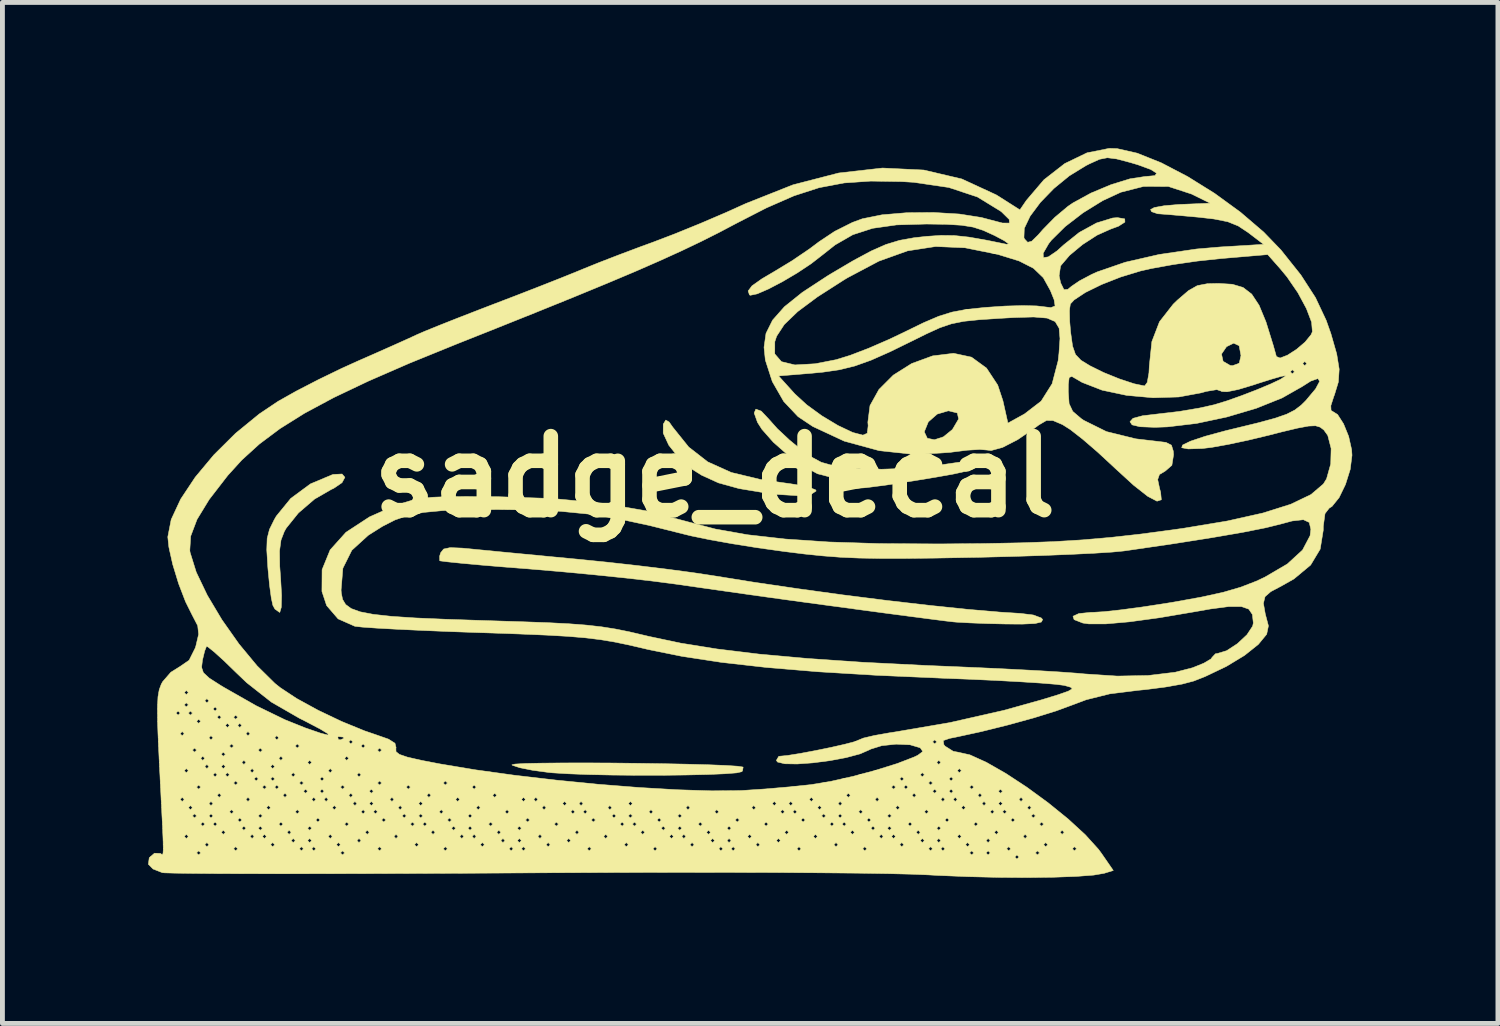
<source format=kicad_pcb>
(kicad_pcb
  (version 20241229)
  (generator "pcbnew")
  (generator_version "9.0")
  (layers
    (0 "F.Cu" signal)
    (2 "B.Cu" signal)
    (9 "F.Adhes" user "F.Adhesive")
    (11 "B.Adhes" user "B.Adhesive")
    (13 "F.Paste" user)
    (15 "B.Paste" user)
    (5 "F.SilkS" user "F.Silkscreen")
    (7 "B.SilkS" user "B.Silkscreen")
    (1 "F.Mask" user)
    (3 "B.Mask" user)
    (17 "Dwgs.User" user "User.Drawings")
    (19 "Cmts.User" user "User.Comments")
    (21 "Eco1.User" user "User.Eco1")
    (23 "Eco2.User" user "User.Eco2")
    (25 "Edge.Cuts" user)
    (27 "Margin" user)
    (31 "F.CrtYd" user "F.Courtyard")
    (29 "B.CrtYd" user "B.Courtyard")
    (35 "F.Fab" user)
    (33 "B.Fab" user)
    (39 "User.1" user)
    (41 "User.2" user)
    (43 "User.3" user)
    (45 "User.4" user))
  (footprint "sadge_decal"
    (layer "F.Cu")
    (at 11.666 6.765)
    (property "Reference" "sadge_decal" (at 0 0 0) (layer "F.SilkS") (effects (font (size 1.524 1.524) (thickness 0.3))))
    (attr through_hole)
    (fp_poly (pts (xy -0.938 -1.125) (xy -0.861 -1.016) (xy -0.534 -0.609) (xy -0.142 -0.304) (xy 0.343 -0.086) (xy 0.948 0.059) (xy 1.272 0.105) (xy 1.653 0.16) (xy 1.929 0.216) (xy 2.074 0.269) (xy 2.09 0.294) (xy 1.978 0.368) (xy 1.71 0.391) (xy 1.293 0.366) (xy 1.049 0.336) (xy 0.502 0.245) (xy 0.078 0.128) (xy -0.269 -0.03) (xy -0.462 -0.151) (xy -0.738 -0.387) (xy -0.945 -0.648) (xy -1.06 -0.896) (xy -1.059 -1.081) (xy -1.007 -1.166) (xy -0.938 -1.125)) (stroke (width 0.01) (type solid)) (fill yes) (layer "F.SilkS"))
    (fp_poly (pts (xy -2.151 5.896) (xy -1.607 5.902) (xy -1.071 5.91) (xy -0.57 5.92) (xy -0.129 5.932) (xy 0.228 5.946) (xy 0.473 5.962) (xy 0.583 5.979) (xy 0.586 5.981) (xy 0.573 6.057) (xy 0.558 6.075) (xy 0.452 6.099) (xy 0.205 6.118) (xy -0.153 6.133) (xy -0.593 6.143) (xy -1.087 6.149) (xy -1.605 6.149) (xy -2.118 6.144) (xy -2.599 6.134) (xy -3.017 6.118) (xy -3.344 6.098) (xy -3.422 6.09) (xy -3.748 6.046) (xy -4.01 5.994) (xy -4.161 5.944) (xy -4.176 5.934) (xy -4.113 5.918) (xy -3.906 5.906) (xy -3.582 5.899) (xy -3.164 5.895) (xy -2.678 5.894) (xy -2.151 5.896)) (stroke (width 0.01) (type solid)) (fill yes) (layer "F.SilkS"))
    (fp_poly (pts (xy -7.614 0.013) (xy -7.674 0.124) (xy -7.846 0.241) (xy -7.891 0.261) (xy -8.238 0.461) (xy -8.571 0.747) (xy -8.822 1.059) (xy -8.862 1.129) (xy -8.93 1.306) (xy -8.96 1.528) (xy -8.956 1.842) (xy -8.938 2.09) (xy -8.918 2.446) (xy -8.924 2.689) (xy -8.954 2.792) (xy -8.961 2.794) (xy -9.055 2.726) (xy -9.097 2.65) (xy -9.13 2.499) (xy -9.166 2.232) (xy -9.198 1.903) (xy -9.202 1.852) (xy -9.223 1.508) (xy -9.215 1.272) (xy -9.167 1.085) (xy -9.07 0.888) (xy -9.027 0.813) (xy -8.729 0.448) (xy -8.324 0.149) (xy -7.875 -0.04) (xy -7.853 -0.046) (xy -7.673 -0.055) (xy -7.614 0.013)) (stroke (width 0.01) (type solid)) (fill yes) (layer "F.SilkS"))
    (fp_poly (pts (xy 0.96 -1.349) (xy 1.116 -1.183) (xy 1.288 -0.99) (xy 1.538 -0.756) (xy 1.752 -0.58) (xy 1.992 -0.405) (xy 2.195 -0.296) (xy 2.42 -0.233) (xy 2.731 -0.192) (xy 2.883 -0.179) (xy 3.433 -0.153) (xy 4.004 -0.173) (xy 4.651 -0.242) (xy 5.016 -0.295) (xy 5.281 -0.32) (xy 5.41 -0.293) (xy 5.419 -0.273) (xy 5.4 -0.214) (xy 5.327 -0.162) (xy 5.177 -0.112) (xy 4.927 -0.056) (xy 4.553 0.011) (xy 4.097 0.086) (xy 3.538 0.172) (xy 3.125 0.226) (xy 2.839 0.247) (xy 2.659 0.238) (xy 2.566 0.197) (xy 2.54 0.127) (xy 2.468 0.024) (xy 2.348 0) (xy 2.117 -0.06) (xy 1.822 -0.22) (xy 1.505 -0.447) (xy 1.207 -0.71) (xy 0.973 -0.975) (xy 0.882 -1.117) (xy 0.813 -1.311) (xy 0.848 -1.391) (xy 0.96 -1.349)) (stroke (width 0.01) (type solid)) (fill yes) (layer "F.SilkS"))
    (fp_poly (pts (xy -5.2 1.471) (xy -5.102 1.48) (xy -4.868 1.503) (xy -4.5 1.539) (xy -4.031 1.584) (xy -3.498 1.635) (xy -2.934 1.689) (xy -2.836 1.698) (xy -2.222 1.76) (xy -1.587 1.831) (xy -0.98 1.905) (xy -0.447 1.976) (xy -0.042 2.037) (xy 0.81 2.174) (xy 1.714 2.307) (xy 2.637 2.434) (xy 3.546 2.549) (xy 4.411 2.649) (xy 5.198 2.731) (xy 5.875 2.789) (xy 6.301 2.816) (xy 6.564 2.849) (xy 6.726 2.91) (xy 6.753 2.942) (xy 6.727 2.993) (xy 6.595 3.024) (xy 6.334 3.036) (xy 5.997 3.034) (xy 5.609 3.025) (xy 5.251 3.011) (xy 4.981 2.996) (xy 4.911 2.99) (xy 4.734 2.969) (xy 4.422 2.929) (xy 4.007 2.875) (xy 3.521 2.811) (xy 3.006 2.742) (xy 2.406 2.661) (xy 1.916 2.595) (xy 1.493 2.537) (xy 1.095 2.482) (xy 0.682 2.424) (xy 0.211 2.357) (xy -0.358 2.276) (xy -0.804 2.212) (xy -1.272 2.151) (xy -1.859 2.084) (xy -2.512 2.017) (xy -3.182 1.954) (xy -3.81 1.901) (xy -4.346 1.859) (xy -4.823 1.819) (xy -5.215 1.783) (xy -5.498 1.754) (xy -5.646 1.735) (xy -5.662 1.731) (xy -5.664 1.638) (xy -5.642 1.566) (xy -5.581 1.49) (xy -5.447 1.461) (xy -5.2 1.471)) (stroke (width 0.01) (type solid)) (fill yes) (layer "F.SilkS"))
    (fp_poly (pts (xy 8.286 -6.755) (xy 8.701 -6.661) (xy 9.197 -6.462) (xy 9.739 -6.179) (xy 10.293 -5.834) (xy 10.826 -5.446) (xy 11.304 -5.037) (xy 11.659 -4.669) (xy 12.07 -4.153) (xy 12.371 -3.687) (xy 12.591 -3.22) (xy 12.688 -2.946) (xy 12.808 -2.528) (xy 12.859 -2.213) (xy 12.842 -1.949) (xy 12.762 -1.686) (xy 12.747 -1.648) (xy 12.687 -1.461) (xy 12.692 -1.36) (xy 12.706 -1.355) (xy 12.826 -1.28) (xy 12.949 -1.088) (xy 13.054 -0.83) (xy 13.115 -0.557) (xy 13.123 -0.441) (xy 13.086 -0.149) (xy 12.989 0.16) (xy 12.857 0.432) (xy 12.711 0.613) (xy 12.654 0.648) (xy 12.567 0.761) (xy 12.532 1.021) (xy 12.531 1.103) (xy 12.468 1.492) (xy 12.271 1.82) (xy 11.927 2.106) (xy 11.672 2.25) (xy 11.451 2.367) (xy 11.332 2.471) (xy 11.299 2.608) (xy 11.337 2.826) (xy 11.402 3.072) (xy 11.366 3.245) (xy 11.194 3.454) (xy 10.909 3.681) (xy 10.536 3.907) (xy 10.098 4.116) (xy 9.864 4.208) (xy 9.625 4.271) (xy 9.279 4.332) (xy 8.883 4.383) (xy 8.721 4.399) (xy 8.136 4.472) (xy 7.651 4.593) (xy 7.366 4.7) (xy 7.029 4.824) (xy 6.572 4.966) (xy 6.042 5.112) (xy 5.487 5.25) (xy 4.953 5.366) (xy 4.84 5.388) (xy 4.706 5.434) (xy 4.718 5.516) (xy 4.744 5.549) (xy 4.912 5.655) (xy 5.009 5.673) (xy 5.255 5.728) (xy 5.593 5.881) (xy 5.994 6.11) (xy 6.427 6.394) (xy 6.865 6.714) (xy 7.276 7.047) (xy 7.631 7.373) (xy 7.902 7.672) (xy 7.966 7.759) (xy 8.208 8.109) (xy 8.02 8.167) (xy 7.805 8.204) (xy 7.449 8.231) (xy 6.984 8.248) (xy 6.437 8.255) (xy 5.837 8.251) (xy 5.215 8.236) (xy 4.6 8.211) (xy 4.403 8.2) (xy 4.066 8.186) (xy 3.573 8.174) (xy 2.937 8.164) (xy 2.171 8.157) (xy 1.287 8.151) (xy 0.298 8.149) (xy -0.781 8.148) (xy -1.939 8.15) (xy -3.163 8.155) (xy -4.064 8.16) (xy -5.149 8.166) (xy -6.188 8.17) (xy -7.17 8.173) (xy -8.08 8.175) (xy -8.906 8.176) (xy -9.636 8.175) (xy -10.255 8.173) (xy -10.752 8.169) (xy -11.112 8.164) (xy -11.324 8.158) (xy -11.373 8.154) (xy -11.564 8.079) (xy -11.661 7.981) (xy -11.643 7.847) (xy -11.626 7.832) (xy 6.181 7.832) (xy 6.223 7.874) (xy 6.265 7.832) (xy 6.223 7.789) (xy 6.181 7.832) (xy -11.626 7.832) (xy -11.535 7.753) (xy -11.413 7.758) (xy -11.388 7.775) (xy -11.37 7.78) (xy -11.358 7.751) (xy -11.358 7.747) (xy -10.668 7.747) (xy -10.626 7.789) (xy -10.583 7.747) (xy -7.705 7.747) (xy -7.662 7.789) (xy -7.62 7.747) (xy 5.249 7.747) (xy 5.292 7.789) (xy 5.334 7.747) (xy 5.588 7.747) (xy 5.63 7.789) (xy 5.673 7.747) (xy 6.604 7.747) (xy 6.646 7.789) (xy 6.689 7.747) (xy 6.646 7.705) (xy 6.604 7.747) (xy 5.673 7.747) (xy 5.63 7.705) (xy 5.588 7.747) (xy 5.334 7.747) (xy 5.292 7.705) (xy 5.249 7.747) (xy -7.62 7.747) (xy -7.662 7.705) (xy -7.705 7.747) (xy -10.583 7.747) (xy -10.626 7.705) (xy -10.668 7.747) (xy -11.358 7.747) (xy -11.354 7.667) (xy -11.354 7.662) (xy -9.906 7.662) (xy -9.864 7.705) (xy -9.821 7.662) (xy -8.551 7.662) (xy -8.509 7.705) (xy -8.467 7.662) (xy -8.297 7.662) (xy -8.255 7.705) (xy -8.213 7.662) (xy -6.943 7.662) (xy -6.9 7.705) (xy -6.858 7.662) (xy -5.588 7.662) (xy -5.546 7.705) (xy -5.503 7.662) (xy -4.233 7.662) (xy -4.191 7.705) (xy -4.149 7.662) (xy -3.979 7.662) (xy -3.937 7.705) (xy -3.895 7.662) (xy -2.625 7.662) (xy -2.582 7.705) (xy -2.54 7.662) (xy -1.27 7.662) (xy -1.228 7.705) (xy -1.185 7.662) (xy 0.085 7.662) (xy 0.127 7.705) (xy 0.169 7.662) (xy 0.339 7.662) (xy 0.381 7.705) (xy 0.423 7.662) (xy 1.693 7.662) (xy 1.736 7.705) (xy 1.778 7.662) (xy 3.048 7.662) (xy 3.09 7.705) (xy 3.133 7.662) (xy 4.403 7.662) (xy 4.445 7.705) (xy 4.487 7.662) (xy 4.657 7.662) (xy 4.699 7.705) (xy 4.741 7.662) (xy 6.011 7.662) (xy 6.054 7.705) (xy 6.096 7.662) (xy 7.366 7.662) (xy 7.408 7.705) (xy 7.451 7.662) (xy 7.408 7.62) (xy 7.366 7.662) (xy 6.096 7.662) (xy 6.054 7.62) (xy 6.011 7.662) (xy 4.741 7.662) (xy 4.699 7.62) (xy 4.657 7.662) (xy 4.487 7.662) (xy 4.445 7.62) (xy 4.403 7.662) (xy 3.133 7.662) (xy 3.09 7.62) (xy 3.048 7.662) (xy 1.778 7.662) (xy 1.736 7.62) (xy 1.693 7.662) (xy 0.423 7.662) (xy 0.381 7.62) (xy 0.339 7.662) (xy 0.169 7.662) (xy 0.127 7.62) (xy 0.085 7.662) (xy -1.185 7.662) (xy -1.228 7.62) (xy -1.27 7.662) (xy -2.54 7.662) (xy -2.582 7.62) (xy -2.625 7.662) (xy -3.895 7.662) (xy -3.937 7.62) (xy -3.979 7.662) (xy -4.149 7.662) (xy -4.191 7.62) (xy -4.233 7.662) (xy -5.503 7.662) (xy -5.546 7.62) (xy -5.588 7.662) (xy -6.858 7.662) (xy -6.9 7.62) (xy -6.943 7.662) (xy -8.213 7.662) (xy -8.255 7.62) (xy -8.297 7.662) (xy -8.467 7.662) (xy -8.509 7.62) (xy -8.551 7.662) (xy -9.821 7.662) (xy -9.864 7.62) (xy -9.906 7.662) (xy -11.354 7.662) (xy -11.356 7.578) (xy -10.499 7.578) (xy -10.456 7.62) (xy -10.414 7.578) (xy -9.144 7.578) (xy -9.102 7.62) (xy -9.059 7.578) (xy -7.789 7.578) (xy -7.747 7.62) (xy -7.705 7.578) (xy -6.181 7.578) (xy -6.138 7.62) (xy -6.096 7.578) (xy -4.826 7.578) (xy -4.784 7.62) (xy -4.741 7.578) (xy -3.471 7.578) (xy -3.429 7.62) (xy -3.387 7.578) (xy -1.863 7.578) (xy -1.82 7.62) (xy -1.778 7.578) (xy -0.508 7.578) (xy -0.466 7.62) (xy -0.423 7.578) (xy 0.847 7.578) (xy 0.889 7.62) (xy 0.931 7.578) (xy 2.455 7.578) (xy 2.498 7.62) (xy 2.54 7.578) (xy 3.81 7.578) (xy 3.852 7.62) (xy 3.895 7.578) (xy 5.165 7.578) (xy 5.207 7.62) (xy 5.249 7.578) (xy 6.773 7.578) (xy 6.816 7.62) (xy 6.858 7.578) (xy 6.816 7.535) (xy 6.773 7.578) (xy 5.249 7.578) (xy 5.207 7.535) (xy 5.165 7.578) (xy 3.895 7.578) (xy 3.852 7.535) (xy 3.81 7.578) (xy 2.54 7.578) (xy 2.498 7.535) (xy 2.455 7.578) (xy 0.931 7.578) (xy 0.889 7.535) (xy 0.847 7.578) (xy -0.423 7.578) (xy -0.466 7.535) (xy -0.508 7.578) (xy -1.778 7.578) (xy -1.82 7.535) (xy -1.863 7.578) (xy -3.387 7.578) (xy -3.429 7.535) (xy -3.471 7.578) (xy -4.741 7.578) (xy -4.784 7.535) (xy -4.826 7.578) (xy -6.096 7.578) (xy -6.138 7.535) (xy -6.181 7.578) (xy -7.705 7.578) (xy -7.747 7.535) (xy -7.789 7.578) (xy -9.059 7.578) (xy -9.102 7.535) (xy -9.144 7.578) (xy -10.414 7.578) (xy -10.456 7.535) (xy -10.499 7.578) (xy -11.356 7.578) (xy -11.357 7.509) (xy -11.358 7.493) (xy -8.721 7.493) (xy -8.678 7.535) (xy -8.636 7.493) (xy -8.382 7.493) (xy -8.34 7.535) (xy -8.297 7.493) (xy -7.366 7.493) (xy -7.324 7.535) (xy -7.281 7.493) (xy -4.403 7.493) (xy -4.36 7.535) (xy -4.318 7.493) (xy -4.064 7.493) (xy -4.022 7.535) (xy -3.979 7.493) (xy -3.048 7.493) (xy -3.006 7.535) (xy -2.963 7.493) (xy -0.085 7.493) (xy -0.042 7.535) (xy 0 7.493) (xy 0.254 7.493) (xy 0.296 7.535) (xy 0.339 7.493) (xy 1.27 7.493) (xy 1.312 7.535) (xy 1.355 7.493) (xy 4.233 7.493) (xy 4.276 7.535) (xy 4.318 7.493) (xy 4.572 7.493) (xy 4.614 7.535) (xy 4.657 7.493) (xy 5.588 7.493) (xy 5.63 7.535) (xy 5.673 7.493) (xy 5.63 7.451) (xy 5.588 7.493) (xy 4.657 7.493) (xy 4.614 7.451) (xy 4.572 7.493) (xy 4.318 7.493) (xy 4.276 7.451) (xy 4.233 7.493) (xy 1.355 7.493) (xy 1.312 7.451) (xy 1.27 7.493) (xy 0.339 7.493) (xy 0.296 7.451) (xy 0.254 7.493) (xy 0 7.493) (xy -0.042 7.451) (xy -0.085 7.493) (xy -2.963 7.493) (xy -3.006 7.451) (xy -3.048 7.493) (xy -3.979 7.493) (xy -4.022 7.451) (xy -4.064 7.493) (xy -4.318 7.493) (xy -4.36 7.451) (xy -4.403 7.493) (xy -7.281 7.493) (xy -7.324 7.451) (xy -7.366 7.493) (xy -8.297 7.493) (xy -8.34 7.451) (xy -8.382 7.493) (xy -8.636 7.493) (xy -8.678 7.451) (xy -8.721 7.493) (xy -11.358 7.493) (xy -11.361 7.408) (xy -10.922 7.408) (xy -10.88 7.451) (xy -10.837 7.408) (xy -9.567 7.408) (xy -9.525 7.451) (xy -9.483 7.408) (xy -9.313 7.408) (xy -9.271 7.451) (xy -9.229 7.408) (xy -7.959 7.408) (xy -7.916 7.451) (xy -7.874 7.408) (xy -6.604 7.408) (xy -6.562 7.451) (xy -6.519 7.408) (xy -5.249 7.408) (xy -5.207 7.451) (xy -5.165 7.408) (xy -4.995 7.408) (xy -4.953 7.451) (xy -4.911 7.408) (xy -3.641 7.408) (xy -3.598 7.451) (xy -3.556 7.408) (xy -2.286 7.408) (xy -2.244 7.451) (xy -2.201 7.408) (xy -0.931 7.408) (xy -0.889 7.451) (xy -0.847 7.408) (xy -0.677 7.408) (xy -0.635 7.451) (xy -0.593 7.408) (xy 0.677 7.408) (xy 0.72 7.451) (xy 0.762 7.408) (xy 2.032 7.408) (xy 2.074 7.451) (xy 2.117 7.408) (xy 3.387 7.408) (xy 3.429 7.451) (xy 3.471 7.408) (xy 3.641 7.408) (xy 3.683 7.451) (xy 3.725 7.408) (xy 4.995 7.408) (xy 5.038 7.451) (xy 5.08 7.408) (xy 6.35 7.408) (xy 6.392 7.451) (xy 6.435 7.408) (xy 6.392 7.366) (xy 6.35 7.408) (xy 5.08 7.408) (xy 5.038 7.366) (xy 4.995 7.408) (xy 3.725 7.408) (xy 3.683 7.366) (xy 3.641 7.408) (xy 3.471 7.408) (xy 3.429 7.366) (xy 3.387 7.408) (xy 2.117 7.408) (xy 2.074 7.366) (xy 2.032 7.408) (xy 0.762 7.408) (xy 0.72 7.366) (xy 0.677 7.408) (xy -0.593 7.408) (xy -0.635 7.366) (xy -0.677 7.408) (xy -0.847 7.408) (xy -0.889 7.366) (xy -0.931 7.408) (xy -2.201 7.408) (xy -2.244 7.366) (xy -2.286 7.408) (xy -3.556 7.408) (xy -3.598 7.366) (xy -3.641 7.408) (xy -4.911 7.408) (xy -4.953 7.366) (xy -4.995 7.408) (xy -5.165 7.408) (xy -5.207 7.366) (xy -5.249 7.408) (xy -6.519 7.408) (xy -6.562 7.366) (xy -6.604 7.408) (xy -7.874 7.408) (xy -7.916 7.366) (xy -7.959 7.408) (xy -9.229 7.408) (xy -9.271 7.366) (xy -9.313 7.408) (xy -9.483 7.408) (xy -9.525 7.366) (xy -9.567 7.408) (xy -10.837 7.408) (xy -10.88 7.366) (xy -10.922 7.408) (xy -11.361 7.408) (xy -11.365 7.324) (xy -10.16 7.324) (xy -10.118 7.366) (xy -10.075 7.324) (xy -8.805 7.324) (xy -8.763 7.366) (xy -8.721 7.324) (xy -7.197 7.324) (xy -7.154 7.366) (xy -7.112 7.324) (xy -5.842 7.324) (xy -5.8 7.366) (xy -5.757 7.324) (xy -4.487 7.324) (xy -4.445 7.366) (xy -4.403 7.324) (xy -2.879 7.324) (xy -2.836 7.366) (xy -2.794 7.324) (xy -1.524 7.324) (xy -1.482 7.366) (xy -1.439 7.324) (xy -0.169 7.324) (xy -0.127 7.366) (xy -0.085 7.324) (xy 1.439 7.324) (xy 1.482 7.366) (xy 1.524 7.324) (xy 2.794 7.324) (xy 2.836 7.366) (xy 2.879 7.324) (xy 4.149 7.324) (xy 4.191 7.366) (xy 4.233 7.324) (xy 5.757 7.324) (xy 5.8 7.366) (xy 5.842 7.324) (xy 7.112 7.324) (xy 7.154 7.366) (xy 7.197 7.324) (xy 7.154 7.281) (xy 7.112 7.324) (xy 5.842 7.324) (xy 5.8 7.281) (xy 5.757 7.324) (xy 4.233 7.324) (xy 4.191 7.281) (xy 4.149 7.324) (xy 2.879 7.324) (xy 2.836 7.281) (xy 2.794 7.324) (xy 1.524 7.324) (xy 1.482 7.281) (xy 1.439 7.324) (xy -0.085 7.324) (xy -0.127 7.281) (xy -0.169 7.324) (xy -1.439 7.324) (xy -1.482 7.281) (xy -1.524 7.324) (xy -2.794 7.324) (xy -2.836 7.281) (xy -2.879 7.324) (xy -4.403 7.324) (xy -4.445 7.281) (xy -4.487 7.324) (xy -5.757 7.324) (xy -5.8 7.281) (xy -5.842 7.324) (xy -7.112 7.324) (xy -7.154 7.281) (xy -7.197 7.324) (xy -8.721 7.324) (xy -8.763 7.281) (xy -8.805 7.324) (xy -10.075 7.324) (xy -10.118 7.281) (xy -10.16 7.324) (xy -11.365 7.324) (xy -11.367 7.255) (xy -11.368 7.239) (xy -9.737 7.239) (xy -9.694 7.281) (xy -9.652 7.239) (xy -9.398 7.239) (xy -9.356 7.281) (xy -9.313 7.239) (xy -8.382 7.239) (xy -8.34 7.281) (xy -8.297 7.239) (xy -5.419 7.239) (xy -5.376 7.281) (xy -5.334 7.239) (xy -5.08 7.239) (xy -5.038 7.281) (xy -4.995 7.239) (xy -4.064 7.239) (xy -4.022 7.281) (xy -3.979 7.239) (xy -1.101 7.239) (xy -1.058 7.281) (xy -1.016 7.239) (xy -0.762 7.239) (xy -0.72 7.281) (xy -0.677 7.239) (xy 0.254 7.239) (xy 0.296 7.281) (xy 0.339 7.239) (xy 3.217 7.239) (xy 3.26 7.281) (xy 3.302 7.239) (xy 3.556 7.239) (xy 3.598 7.281) (xy 3.641 7.239) (xy 4.572 7.239) (xy 4.614 7.281) (xy 4.657 7.239) (xy 4.614 7.197) (xy 4.572 7.239) (xy 3.641 7.239) (xy 3.598 7.197) (xy 3.556 7.239) (xy 3.302 7.239) (xy 3.26 7.197) (xy 3.217 7.239) (xy 0.339 7.239) (xy 0.296 7.197) (xy 0.254 7.239) (xy -0.677 7.239) (xy -0.72 7.197) (xy -0.762 7.239) (xy -1.016 7.239) (xy -1.058 7.197) (xy -1.101 7.239) (xy -3.979 7.239) (xy -4.022 7.197) (xy -4.064 7.239) (xy -4.995 7.239) (xy -5.038 7.197) (xy -5.08 7.239) (xy -5.334 7.239) (xy -5.376 7.197) (xy -5.419 7.239) (xy -8.297 7.239) (xy -8.34 7.197) (xy -8.382 7.239) (xy -9.313 7.239) (xy -9.356 7.197) (xy -9.398 7.239) (xy -9.652 7.239) (xy -9.694 7.197) (xy -9.737 7.239) (xy -11.368 7.239) (xy -11.372 7.154) (xy -10.583 7.154) (xy -10.541 7.197) (xy -10.499 7.154) (xy -10.329 7.154) (xy -10.287 7.197) (xy -10.245 7.154) (xy -8.975 7.154) (xy -8.932 7.197) (xy -8.89 7.154) (xy -7.62 7.154) (xy -7.578 7.197) (xy -7.535 7.154) (xy -6.265 7.154) (xy -6.223 7.197) (xy -6.181 7.154) (xy -6.011 7.154) (xy -5.969 7.197) (xy -5.927 7.154) (xy -4.657 7.154) (xy -4.614 7.197) (xy -4.572 7.154) (xy -3.302 7.154) (xy -3.26 7.197) (xy -3.217 7.154) (xy -1.947 7.154) (xy -1.905 7.197) (xy -1.863 7.154) (xy -1.693 7.154) (xy -1.651 7.197) (xy -1.609 7.154) (xy -0.339 7.154) (xy -0.296 7.197) (xy -0.254 7.154) (xy 1.016 7.154) (xy 1.058 7.197) (xy 1.101 7.154) (xy 2.371 7.154) (xy 2.413 7.197) (xy 2.455 7.154) (xy 2.625 7.154) (xy 2.667 7.197) (xy 2.709 7.154) (xy 3.979 7.154) (xy 4.022 7.197) (xy 4.064 7.154) (xy 5.334 7.154) (xy 5.376 7.197) (xy 5.419 7.154) (xy 6.689 7.154) (xy 6.731 7.197) (xy 6.773 7.154) (xy 6.731 7.112) (xy 6.689 7.154) (xy 5.419 7.154) (xy 5.376 7.112) (xy 5.334 7.154) (xy 4.064 7.154) (xy 4.022 7.112) (xy 3.979 7.154) (xy 2.709 7.154) (xy 2.667 7.112) (xy 2.625 7.154) (xy 2.455 7.154) (xy 2.413 7.112) (xy 2.371 7.154) (xy 1.101 7.154) (xy 1.058 7.112) (xy 1.016 7.154) (xy -0.254 7.154) (xy -0.296 7.112) (xy -0.339 7.154) (xy -1.609 7.154) (xy -1.651 7.112) (xy -1.693 7.154) (xy -1.863 7.154) (xy -1.905 7.112) (xy -1.947 7.154) (xy -3.217 7.154) (xy -3.26 7.112) (xy -3.302 7.154) (xy -4.572 7.154) (xy -4.614 7.112) (xy -4.657 7.154) (xy -5.927 7.154) (xy -5.969 7.112) (xy -6.011 7.154) (xy -6.181 7.154) (xy -6.223 7.112) (xy -6.265 7.154) (xy -7.535 7.154) (xy -7.578 7.112) (xy -7.62 7.154) (xy -8.89 7.154) (xy -8.932 7.112) (xy -8.975 7.154) (xy -10.245 7.154) (xy -10.287 7.112) (xy -10.329 7.154) (xy -10.499 7.154) (xy -10.541 7.112) (xy -10.583 7.154) (xy -11.372 7.154) (xy -11.376 7.07) (xy -9.821 7.07) (xy -9.779 7.112) (xy -9.737 7.07) (xy -8.213 7.07) (xy -8.17 7.112) (xy -8.128 7.07) (xy -6.858 7.07) (xy -6.816 7.112) (xy -6.773 7.07) (xy -5.503 7.07) (xy -5.461 7.112) (xy -5.419 7.07) (xy -3.895 7.07) (xy -3.852 7.112) (xy -3.81 7.07) (xy -2.54 7.07) (xy -2.498 7.112) (xy -2.455 7.07) (xy -1.185 7.07) (xy -1.143 7.112) (xy -1.101 7.07) (xy 0.423 7.07) (xy 0.466 7.112) (xy 0.508 7.07) (xy 1.778 7.07) (xy 1.82 7.112) (xy 1.863 7.07) (xy 3.133 7.07) (xy 3.175 7.112) (xy 3.217 7.07) (xy 4.741 7.07) (xy 4.784 7.112) (xy 4.826 7.07) (xy 6.096 7.07) (xy 6.138 7.112) (xy 6.181 7.07) (xy 6.138 7.027) (xy 6.096 7.07) (xy 4.826 7.07) (xy 4.784 7.027) (xy 4.741 7.07) (xy 3.217 7.07) (xy 3.175 7.027) (xy 3.133 7.07) (xy 1.863 7.07) (xy 1.82 7.027) (xy 1.778 7.07) (xy 0.508 7.07) (xy 0.466 7.027) (xy 0.423 7.07) (xy -1.101 7.07) (xy -1.143 7.027) (xy -1.185 7.07) (xy -2.455 7.07) (xy -2.498 7.027) (xy -2.54 7.07) (xy -3.81 7.07) (xy -3.852 7.027) (xy -3.895 7.07) (xy -5.419 7.07) (xy -5.461 7.027) (xy -5.503 7.07) (xy -6.773 7.07) (xy -6.816 7.027) (xy -6.858 7.07) (xy -8.128 7.07) (xy -8.17 7.027) (xy -8.213 7.07) (xy -9.737 7.07) (xy -9.779 7.027) (xy -9.821 7.07) (xy -11.376 7.07) (xy -11.381 6.985) (xy -10.753 6.985) (xy -10.71 7.027) (xy -10.668 6.985) (xy -10.414 6.985) (xy -10.372 7.027) (xy -10.329 6.985) (xy -9.398 6.985) (xy -9.356 7.027) (xy -9.313 6.985) (xy -6.435 6.985) (xy -6.392 7.027) (xy -6.35 6.985) (xy -6.096 6.985) (xy -6.054 7.027) (xy -6.011 6.985) (xy -5.08 6.985) (xy -5.038 7.027) (xy -4.995 6.985) (xy -2.117 6.985) (xy -2.074 7.027) (xy -2.032 6.985) (xy -1.778 6.985) (xy -1.736 7.027) (xy -1.693 6.985) (xy -0.762 6.985) (xy -0.72 7.027) (xy -0.677 6.985) (xy 2.201 6.985) (xy 2.244 7.027) (xy 2.286 6.985) (xy 2.54 6.985) (xy 2.582 7.027) (xy 2.625 6.985) (xy 3.556 6.985) (xy 3.598 7.027) (xy 3.641 6.985) (xy 6.519 6.985) (xy 6.562 7.027) (xy 6.604 6.985) (xy 6.562 6.943) (xy 6.519 6.985) (xy 3.641 6.985) (xy 3.598 6.943) (xy 3.556 6.985) (xy 2.625 6.985) (xy 2.582 6.943) (xy 2.54 6.985) (xy 2.286 6.985) (xy 2.244 6.943) (xy 2.201 6.985) (xy -0.677 6.985) (xy -0.72 6.943) (xy -0.762 6.985) (xy -1.693 6.985) (xy -1.736 6.943) (xy -1.778 6.985) (xy -2.032 6.985) (xy -2.074 6.943) (xy -2.117 6.985) (xy -4.995 6.985) (xy -5.038 6.943) (xy -5.08 6.985) (xy -6.011 6.985) (xy -6.054 6.943) (xy -6.096 6.985) (xy -6.35 6.985) (xy -6.392 6.943) (xy -6.435 6.985) (xy -9.313 6.985) (xy -9.356 6.943) (xy -9.398 6.985) (xy -10.329 6.985) (xy -10.372 6.943) (xy -10.414 6.985) (xy -10.668 6.985) (xy -10.71 6.943) (xy -10.753 6.985) (xy -11.381 6.985) (xy -11.385 6.9) (xy -9.991 6.9) (xy -9.948 6.943) (xy -9.906 6.9) (xy -8.636 6.9) (xy -8.594 6.943) (xy -8.551 6.9) (xy -7.281 6.9) (xy -7.239 6.943) (xy -7.197 6.9) (xy -7.027 6.9) (xy -6.985 6.943) (xy -6.943 6.9) (xy -5.673 6.9) (xy -5.63 6.943) (xy -5.588 6.9) (xy -4.318 6.9) (xy -4.276 6.943) (xy -4.233 6.9) (xy -2.963 6.9) (xy -2.921 6.943) (xy -2.879 6.9) (xy -2.709 6.9) (xy -2.667 6.943) (xy -2.625 6.9) (xy -1.355 6.9) (xy -1.312 6.943) (xy -1.27 6.9) (xy 0 6.9) (xy 0.042 6.943) (xy 0.085 6.9) (xy 1.355 6.9) (xy 1.397 6.943) (xy 1.439 6.9) (xy 1.609 6.9) (xy 1.651 6.943) (xy 1.693 6.9) (xy 2.963 6.9) (xy 3.006 6.943) (xy 3.048 6.9) (xy 4.318 6.9) (xy 4.36 6.943) (xy 4.403 6.9) (xy 5.673 6.9) (xy 5.715 6.943) (xy 5.757 6.9) (xy 5.927 6.9) (xy 5.969 6.943) (xy 6.011 6.9) (xy 5.969 6.858) (xy 5.927 6.9) (xy 5.757 6.9) (xy 5.715 6.858) (xy 5.673 6.9) (xy 4.403 6.9) (xy 4.36 6.858) (xy 4.318 6.9) (xy 3.048 6.9) (xy 3.006 6.858) (xy 2.963 6.9) (xy 1.693 6.9) (xy 1.651 6.858) (xy 1.609 6.9) (xy 1.439 6.9) (xy 1.397 6.858) (xy 1.355 6.9) (xy 0.085 6.9) (xy 0.042 6.858) (xy 0 6.9) (xy -1.27 6.9) (xy -1.312 6.858) (xy -1.355 6.9) (xy -2.625 6.9) (xy -2.667 6.858) (xy -2.709 6.9) (xy -2.879 6.9) (xy -2.921 6.858) (xy -2.963 6.9) (xy -4.233 6.9) (xy -4.276 6.858) (xy -4.318 6.9) (xy -5.588 6.9) (xy -5.63 6.858) (xy -5.673 6.9) (xy -6.943 6.9) (xy -6.985 6.858) (xy -7.027 6.9) (xy -7.197 6.9) (xy -7.239 6.858) (xy -7.281 6.9) (xy -8.551 6.9) (xy -8.594 6.858) (xy -8.636 6.9) (xy -9.906 6.9) (xy -9.948 6.858) (xy -9.991 6.9) (xy -11.385 6.9) (xy -11.385 6.885) (xy -11.389 6.816) (xy -10.837 6.816) (xy -10.795 6.858) (xy -10.753 6.816) (xy -9.229 6.816) (xy -9.186 6.858) (xy -9.144 6.816) (xy -7.874 6.816) (xy -7.832 6.858) (xy -7.789 6.816) (xy -6.519 6.816) (xy -6.477 6.858) (xy -6.435 6.816) (xy -4.911 6.816) (xy -4.868 6.858) (xy -4.826 6.816) (xy -3.556 6.816) (xy -3.514 6.858) (xy -3.471 6.816) (xy -2.201 6.816) (xy -2.159 6.858) (xy -2.117 6.816) (xy -0.593 6.816) (xy -0.55 6.858) (xy -0.508 6.816) (xy 0.762 6.816) (xy 0.804 6.858) (xy 0.847 6.816) (xy 2.117 6.816) (xy 2.159 6.858) (xy 2.201 6.816) (xy 3.725 6.816) (xy 3.768 6.858) (xy 3.81 6.816) (xy 5.08 6.816) (xy 5.122 6.858) (xy 5.165 6.816) (xy 6.435 6.816) (xy 6.477 6.858) (xy 6.519 6.816) (xy 6.477 6.773) (xy 6.435 6.816) (xy 5.165 6.816) (xy 5.122 6.773) (xy 5.08 6.816) (xy 3.81 6.816) (xy 3.768 6.773) (xy 3.725 6.816) (xy 2.201 6.816) (xy 2.159 6.773) (xy 2.117 6.816) (xy 0.847 6.816) (xy 0.804 6.773) (xy 0.762 6.816) (xy -0.508 6.816) (xy -0.55 6.773) (xy -0.593 6.816) (xy -2.117 6.816) (xy -2.159 6.773) (xy -2.201 6.816) (xy -3.471 6.816) (xy -3.514 6.773) (xy -3.556 6.816) (xy -4.826 6.816) (xy -4.868 6.773) (xy -4.911 6.816) (xy -6.435 6.816) (xy -6.477 6.773) (xy -6.519 6.816) (xy -7.789 6.816) (xy -7.832 6.773) (xy -7.874 6.816) (xy -9.144 6.816) (xy -9.186 6.773) (xy -9.229 6.816) (xy -10.753 6.816) (xy -10.795 6.773) (xy -10.837 6.816) (xy -11.389 6.816) (xy -11.393 6.731) (xy -10.414 6.731) (xy -10.372 6.773) (xy -10.329 6.731) (xy -7.451 6.731) (xy -7.408 6.773) (xy -7.366 6.731) (xy -7.112 6.731) (xy -7.07 6.773) (xy -7.027 6.731) (xy -6.096 6.731) (xy -6.054 6.773) (xy -6.011 6.731) (xy -3.133 6.731) (xy -3.09 6.773) (xy -3.048 6.731) (xy -2.794 6.731) (xy -2.752 6.773) (xy -2.709 6.731) (xy -1.778 6.731) (xy -1.736 6.773) (xy -1.693 6.731) (xy 1.185 6.731) (xy 1.228 6.773) (xy 1.27 6.731) (xy 1.524 6.731) (xy 1.566 6.773) (xy 1.609 6.731) (xy 2.54 6.731) (xy 2.582 6.773) (xy 2.625 6.731) (xy 5.503 6.731) (xy 5.546 6.773) (xy 5.588 6.731) (xy 5.842 6.731) (xy 5.884 6.773) (xy 5.927 6.731) (xy 5.884 6.689) (xy 5.842 6.731) (xy 5.588 6.731) (xy 5.546 6.689) (xy 5.503 6.731) (xy 2.625 6.731) (xy 2.582 6.689) (xy 2.54 6.731) (xy 1.609 6.731) (xy 1.566 6.689) (xy 1.524 6.731) (xy 1.27 6.731) (xy 1.228 6.689) (xy 1.185 6.731) (xy -1.693 6.731) (xy -1.736 6.689) (xy -1.778 6.731) (xy -2.709 6.731) (xy -2.752 6.689) (xy -2.794 6.731) (xy -3.048 6.731) (xy -3.09 6.689) (xy -3.133 6.731) (xy -6.011 6.731) (xy -6.054 6.689) (xy -6.096 6.731) (xy -7.027 6.731) (xy -7.07 6.689) (xy -7.112 6.731) (xy -7.366 6.731) (xy -7.408 6.689) (xy -7.451 6.731) (xy -10.329 6.731) (xy -10.372 6.689) (xy -10.414 6.731) (xy -11.393 6.731) (xy -11.398 6.646) (xy -11.007 6.646) (xy -10.964 6.689) (xy -10.922 6.646) (xy -9.652 6.646) (xy -9.61 6.689) (xy -9.567 6.646) (xy -8.297 6.646) (xy -8.255 6.689) (xy -8.213 6.646) (xy -8.043 6.646) (xy -8.001 6.689) (xy -7.959 6.646) (xy -6.689 6.646) (xy -6.646 6.689) (xy -6.604 6.646) (xy -5.334 6.646) (xy -5.292 6.689) (xy -5.249 6.646) (xy -3.979 6.646) (xy -3.937 6.689) (xy -3.895 6.646) (xy -3.725 6.646) (xy -3.683 6.689) (xy -3.641 6.646) (xy 1.947 6.646) (xy 1.99 6.689) (xy 2.032 6.646) (xy 3.302 6.646) (xy 3.344 6.689) (xy 3.387 6.646) (xy 4.657 6.646) (xy 4.699 6.689) (xy 4.741 6.646) (xy 4.911 6.646) (xy 4.953 6.689) (xy 4.995 6.646) (xy 6.265 6.646) (xy 6.308 6.689) (xy 6.35 6.646) (xy 6.308 6.604) (xy 6.265 6.646) (xy 4.995 6.646) (xy 4.953 6.604) (xy 4.911 6.646) (xy 4.741 6.646) (xy 4.699 6.604) (xy 4.657 6.646) (xy 3.387 6.646) (xy 3.344 6.604) (xy 3.302 6.646) (xy 2.032 6.646) (xy 1.99 6.604) (xy 1.947 6.646) (xy -3.641 6.646) (xy -3.683 6.604) (xy -3.725 6.646) (xy -3.895 6.646) (xy -3.937 6.604) (xy -3.979 6.646) (xy -5.249 6.646) (xy -5.292 6.604) (xy -5.334 6.646) (xy -6.604 6.646) (xy -6.646 6.604) (xy -6.689 6.646) (xy -7.959 6.646) (xy -8.001 6.604) (xy -8.043 6.646) (xy -8.213 6.646) (xy -8.255 6.604) (xy -8.297 6.646) (xy -9.567 6.646) (xy -9.61 6.604) (xy -9.652 6.646) (xy -10.922 6.646) (xy -10.964 6.604) (xy -11.007 6.646) (xy -11.398 6.646) (xy -11.402 6.562) (xy -10.245 6.562) (xy -10.202 6.604) (xy -10.16 6.562) (xy -8.89 6.562) (xy -8.848 6.604) (xy -8.805 6.562) (xy -7.535 6.562) (xy -7.493 6.604) (xy -7.451 6.562) (xy -5.927 6.562) (xy -5.884 6.604) (xy -5.842 6.562) (xy -4.572 6.562) (xy -4.53 6.604) (xy -4.487 6.562) (xy 2.709 6.562) (xy 2.752 6.604) (xy 2.794 6.562) (xy 4.064 6.562) (xy 4.106 6.604) (xy 4.149 6.562) (xy 5.419 6.562) (xy 5.461 6.604) (xy 5.503 6.562) (xy 5.461 6.519) (xy 5.419 6.562) (xy 4.149 6.562) (xy 4.106 6.519) (xy 4.064 6.562) (xy 2.794 6.562) (xy 2.752 6.519) (xy 2.709 6.562) (xy -4.487 6.562) (xy -4.53 6.519) (xy -4.572 6.562) (xy -5.842 6.562) (xy -5.884 6.519) (xy -5.927 6.562) (xy -7.451 6.562) (xy -7.493 6.519) (xy -7.535 6.562) (xy -8.805 6.562) (xy -8.848 6.519) (xy -8.89 6.562) (xy -10.16 6.562) (xy -10.202 6.519) (xy -10.245 6.562) (xy -11.402 6.562) (xy -11.406 6.477) (xy -8.467 6.477) (xy -8.424 6.519) (xy -8.382 6.477) (xy -8.128 6.477) (xy -8.086 6.519) (xy -8.043 6.477) (xy -7.112 6.477) (xy -7.07 6.519) (xy -7.027 6.477) (xy 4.487 6.477) (xy 4.53 6.519) (xy 4.572 6.477) (xy 4.826 6.477) (xy 4.868 6.519) (xy 4.911 6.477) (xy 5.842 6.477) (xy 5.884 6.519) (xy 5.927 6.477) (xy 5.884 6.435) (xy 5.842 6.477) (xy 4.911 6.477) (xy 4.868 6.435) (xy 4.826 6.477) (xy 4.572 6.477) (xy 4.53 6.435) (xy 4.487 6.477) (xy -7.027 6.477) (xy -7.07 6.435) (xy -7.112 6.477) (xy -8.043 6.477) (xy -8.086 6.435) (xy -8.128 6.477) (xy -8.382 6.477) (xy -8.424 6.435) (xy -8.467 6.477) (xy -11.406 6.477) (xy -11.41 6.392) (xy -10.668 6.392) (xy -10.626 6.435) (xy -10.583 6.392) (xy -9.313 6.392) (xy -9.271 6.435) (xy -9.229 6.392) (xy -9.059 6.392) (xy -9.017 6.435) (xy -8.975 6.392) (xy -7.705 6.392) (xy -7.662 6.435) (xy -7.62 6.392) (xy -6.35 6.392) (xy -6.308 6.435) (xy -6.265 6.392) (xy -4.995 6.392) (xy -4.953 6.435) (xy -4.911 6.392) (xy -4.953 6.35) (xy -4.995 6.392) (xy -6.265 6.392) (xy -6.308 6.35) (xy -6.35 6.392) (xy -7.62 6.392) (xy -7.662 6.35) (xy -7.705 6.392) (xy -8.975 6.392) (xy -9.017 6.35) (xy -9.059 6.392) (xy -9.229 6.392) (xy -9.271 6.35) (xy -9.313 6.392) (xy -10.583 6.392) (xy -10.626 6.35) (xy -10.668 6.392) (xy -11.41 6.392) (xy -11.411 6.378) (xy -11.415 6.308) (xy -9.906 6.308) (xy -9.864 6.35) (xy -9.821 6.308) (xy -8.551 6.308) (xy -8.509 6.35) (xy -8.467 6.308) (xy -6.943 6.308) (xy -6.9 6.35) (xy -6.858 6.308) (xy -5.588 6.308) (xy -5.546 6.35) (xy -5.503 6.308) (xy -5.546 6.265) (xy -5.588 6.308) (xy -6.858 6.308) (xy -6.9 6.265) (xy -6.943 6.308) (xy -8.467 6.308) (xy -8.509 6.265) (xy -8.551 6.308) (xy -9.821 6.308) (xy -9.864 6.265) (xy -9.906 6.308) (xy -11.415 6.308) (xy -11.419 6.223) (xy -9.483 6.223) (xy -9.44 6.265) (xy -9.398 6.223) (xy -9.144 6.223) (xy -9.102 6.265) (xy -9.059 6.223) (xy -8.128 6.223) (xy -8.086 6.265) (xy -8.043 6.223) (xy -8.086 6.181) (xy -8.128 6.223) (xy -9.059 6.223) (xy -9.102 6.181) (xy -9.144 6.223) (xy -9.398 6.223) (xy -9.44 6.181) (xy -9.483 6.223) (xy -11.419 6.223) (xy -11.423 6.138) (xy -10.329 6.138) (xy -10.287 6.181) (xy -10.245 6.138) (xy -10.075 6.138) (xy -10.033 6.181) (xy -9.991 6.138) (xy -8.721 6.138) (xy -8.678 6.181) (xy -8.636 6.138) (xy -7.366 6.138) (xy -7.324 6.181) (xy -7.281 6.138) (xy -7.324 6.096) (xy -7.366 6.138) (xy -8.636 6.138) (xy -8.678 6.096) (xy -8.721 6.138) (xy -9.991 6.138) (xy -10.033 6.096) (xy -10.075 6.138) (xy -10.245 6.138) (xy -10.287 6.096) (xy -10.329 6.138) (xy -11.423 6.138) (xy -11.428 6.054) (xy -10.922 6.054) (xy -10.88 6.096) (xy -10.837 6.054) (xy -9.567 6.054) (xy -9.525 6.096) (xy -9.483 6.054) (xy -7.959 6.054) (xy -7.916 6.096) (xy -7.874 6.054) (xy -7.916 6.011) (xy -7.959 6.054) (xy -9.483 6.054) (xy -9.525 6.011) (xy -9.567 6.054) (xy -10.837 6.054) (xy -10.88 6.011) (xy -10.922 6.054) (xy -11.428 6.054) (xy -11.429 6.019) (xy -11.432 5.969) (xy -10.499 5.969) (xy -10.456 6.011) (xy -10.414 5.969) (xy -10.16 5.969) (xy -10.118 6.011) (xy -10.075 5.969) (xy -9.144 5.969) (xy -9.102 6.011) (xy -9.059 5.969) (xy -9.102 5.927) (xy -9.144 5.969) (xy -10.075 5.969) (xy -10.118 5.927) (xy -10.16 5.969) (xy -10.414 5.969) (xy -10.456 5.927) (xy -10.499 5.969) (xy -11.432 5.969) (xy -11.436 5.884) (xy -9.737 5.884) (xy -9.694 5.927) (xy -9.652 5.884) (xy -8.382 5.884) (xy -8.34 5.927) (xy -8.297 5.884) (xy -8.34 5.842) (xy -8.382 5.884) (xy -9.652 5.884) (xy -9.694 5.842) (xy -9.737 5.884) (xy -11.436 5.884) (xy -11.44 5.8) (xy -10.583 5.8) (xy -10.541 5.842) (xy -10.499 5.8) (xy -8.975 5.8) (xy -8.932 5.842) (xy -8.89 5.8) (xy -7.62 5.8) (xy -7.578 5.842) (xy -7.535 5.8) (xy -7.578 5.757) (xy -7.62 5.8) (xy -8.89 5.8) (xy -8.932 5.757) (xy -8.975 5.8) (xy -10.499 5.8) (xy -10.541 5.757) (xy -10.583 5.8) (xy -11.44 5.8) (xy -11.444 5.715) (xy -10.16 5.715) (xy -10.118 5.757) (xy -10.075 5.715) (xy -10.118 5.673) (xy -10.16 5.715) (xy -11.444 5.715) (xy -11.448 5.63) (xy -10.753 5.63) (xy -10.71 5.673) (xy -10.668 5.63) (xy -9.398 5.63) (xy -9.356 5.673) (xy -9.313 5.63) (xy -6.943 5.63) (xy -6.9 5.673) (xy -6.858 5.63) (xy -6.9 5.588) (xy -6.943 5.63) (xy -9.313 5.63) (xy -9.356 5.588) (xy -9.398 5.63) (xy -10.668 5.63) (xy -10.71 5.588) (xy -10.753 5.63) (xy -11.448 5.63) (xy -11.452 5.546) (xy -9.991 5.546) (xy -9.948 5.588) (xy -9.906 5.546) (xy -8.636 5.546) (xy -8.594 5.588) (xy -8.551 5.546) (xy -7.281 5.546) (xy -7.239 5.588) (xy -7.197 5.546) (xy -7.239 5.503) (xy -7.281 5.546) (xy -8.551 5.546) (xy -8.594 5.503) (xy -8.636 5.546) (xy -9.906 5.546) (xy -9.948 5.503) (xy -9.991 5.546) (xy -11.452 5.546) (xy -11.456 5.461) (xy -7.535 5.461) (xy -7.493 5.503) (xy -7.451 5.461) (xy -7.493 5.419) (xy -7.535 5.461) (xy -11.456 5.461) (xy -11.456 5.46) (xy -11.459 5.376) (xy -10.414 5.376) (xy -10.372 5.419) (xy -10.329 5.376) (xy -9.059 5.376) (xy -9.017 5.419) (xy -8.975 5.376) (xy -8.989 5.362) (xy -7.761 5.362) (xy -7.749 5.413) (xy -7.705 5.419) (xy -7.635 5.388) (xy -7.648 5.362) (xy -7.749 5.352) (xy -7.761 5.362) (xy -8.989 5.362) (xy -9.017 5.334) (xy -9.059 5.376) (xy -10.329 5.376) (xy -10.372 5.334) (xy -10.414 5.376) (xy -11.459 5.376) (xy -11.463 5.292) (xy -11.007 5.292) (xy -10.964 5.334) (xy -10.922 5.292) (xy -9.652 5.292) (xy -9.61 5.334) (xy -9.567 5.292) (xy -9.61 5.249) (xy -9.652 5.292) (xy -10.922 5.292) (xy -10.964 5.249) (xy -11.007 5.292) (xy -11.463 5.292) (xy -11.469 5.122) (xy -10.075 5.122) (xy -10.033 5.165) (xy -9.991 5.122) (xy -9.821 5.122) (xy -9.779 5.165) (xy -9.737 5.122) (xy -9.779 5.08) (xy -9.821 5.122) (xy -9.991 5.122) (xy -10.033 5.08) (xy -10.075 5.122) (xy -11.469 5.122) (xy -11.472 5.043) (xy -11.472 5.038) (xy -10.668 5.038) (xy -10.626 5.08) (xy -10.583 5.038) (xy -10.626 4.995) (xy -10.668 5.038) (xy -11.472 5.038) (xy -11.472 4.953) (xy -10.245 4.953) (xy -10.202 4.995) (xy -10.16 4.953) (xy -9.906 4.953) (xy -9.864 4.995) (xy -9.821 4.953) (xy -9.864 4.911) (xy -9.906 4.953) (xy -10.16 4.953) (xy -10.202 4.911) (xy -10.245 4.953) (xy -11.472 4.953) (xy -11.473 4.868) (xy -11.091 4.868) (xy -11.049 4.911) (xy -11.007 4.868) (xy -10.837 4.868) (xy -10.795 4.911) (xy -10.753 4.868) (xy -10.795 4.826) (xy -10.837 4.868) (xy -11.007 4.868) (xy -11.049 4.826) (xy -11.091 4.868) (xy -11.473 4.868) (xy -11.474 4.784) (xy -10.329 4.784) (xy -10.287 4.826) (xy -10.245 4.784) (xy -10.287 4.741) (xy -10.329 4.784) (xy -11.474 4.784) (xy -11.474 4.742) (xy -11.472 4.699) (xy -10.922 4.699) (xy -10.88 4.741) (xy -10.837 4.699) (xy -10.88 4.657) (xy -10.922 4.699) (xy -11.472 4.699) (xy -11.467 4.614) (xy -10.499 4.614) (xy -10.456 4.657) (xy -10.414 4.614) (xy -10.456 4.572) (xy -10.499 4.614) (xy -11.467 4.614) (xy -11.463 4.532) (xy -11.448 4.445) (xy -10.922 4.445) (xy -10.88 4.487) (xy -10.837 4.445) (xy -10.88 4.403) (xy -10.922 4.445) (xy -11.448 4.445) (xy -11.437 4.385) (xy -11.396 4.275) (xy -11.368 4.223) (xy -11.199 4.028) (xy -11.038 3.927) (xy -10.565 3.927) (xy -10.528 4.036) (xy -10.407 4.148) (xy -10.173 4.298) (xy -10.105 4.339) (xy -9.437 4.719) (xy -8.846 5.006) (xy -8.424 5.175) (xy -8.116 5.281) (xy -7.961 5.321) (xy -7.961 5.295) (xy -8.114 5.201) (xy -8.422 5.039) (xy -8.551 4.974) (xy -9.129 4.641) (xy -9.636 4.242) (xy -9.851 4.037) (xy -10.101 3.794) (xy -10.305 3.609) (xy -10.434 3.506) (xy -10.464 3.493) (xy -10.502 3.591) (xy -10.548 3.781) (xy -10.548 3.784) (xy -10.565 3.927) (xy -11.038 3.927) (xy -11.006 3.907) (xy -10.822 3.78) (xy -10.696 3.528) (xy -10.683 3.487) (xy -10.626 3.245) (xy -10.645 3.069) (xy -10.75 2.866) (xy -10.752 2.863) (xy -10.896 2.574) (xy -11.039 2.201) (xy -11.16 1.805) (xy -11.223 1.523) (xy -10.808 1.523) (xy -10.801 1.563) (xy -10.675 1.967) (xy -10.448 2.441) (xy -10.146 2.947) (xy -9.795 3.445) (xy -9.423 3.894) (xy -9.056 4.256) (xy -8.946 4.344) (xy -8.607 4.568) (xy -8.165 4.81) (xy -7.68 5.041) (xy -7.211 5.233) (xy -6.986 5.31) (xy -6.715 5.405) (xy -6.583 5.489) (xy -6.56 5.58) (xy -6.564 5.596) (xy -6.562 5.662) (xy -6.491 5.719) (xy -6.327 5.775) (xy -6.044 5.84) (xy -5.654 5.915) (xy -4.929 6.036) (xy -4.122 6.148) (xy -3.266 6.248) (xy -2.397 6.334) (xy -1.55 6.401) (xy -0.76 6.447) (xy -0.06 6.469) (xy 0.513 6.464) (xy 0.593 6.46) (xy 1.046 6.43) (xy 1.485 6.392) (xy 3.641 6.392) (xy 3.683 6.435) (xy 3.725 6.392) (xy 3.895 6.392) (xy 3.937 6.435) (xy 3.979 6.392) (xy 5.249 6.392) (xy 5.292 6.435) (xy 5.334 6.392) (xy 5.292 6.35) (xy 5.249 6.392) (xy 3.979 6.392) (xy 3.937 6.35) (xy 3.895 6.392) (xy 3.725 6.392) (xy 3.683 6.35) (xy 3.641 6.392) (xy 1.485 6.392) (xy 1.546 6.387) (xy 1.985 6.341) (xy 1.99 6.34) (xy 2.185 6.308) (xy 4.403 6.308) (xy 4.445 6.35) (xy 4.487 6.308) (xy 4.445 6.265) (xy 4.403 6.308) (xy 2.185 6.308) (xy 2.39 6.274) (xy 2.615 6.223) (xy 3.81 6.223) (xy 3.852 6.265) (xy 3.895 6.223) (xy 4.826 6.223) (xy 4.868 6.265) (xy 4.911 6.223) (xy 4.868 6.181) (xy 4.826 6.223) (xy 3.895 6.223) (xy 3.852 6.181) (xy 3.81 6.223) (xy 2.615 6.223) (xy 2.856 6.169) (xy 2.969 6.138) (xy 4.233 6.138) (xy 4.276 6.181) (xy 4.318 6.138) (xy 4.276 6.096) (xy 4.233 6.138) (xy 2.969 6.138) (xy 3.284 6.054) (xy 4.995 6.054) (xy 5.038 6.096) (xy 5.08 6.054) (xy 5.038 6.011) (xy 4.995 6.054) (xy 3.284 6.054) (xy 3.333 6.04) (xy 3.768 5.904) (xy 3.818 5.884) (xy 4.572 5.884) (xy 4.614 5.927) (xy 4.657 5.884) (xy 4.614 5.842) (xy 4.572 5.884) (xy 3.818 5.884) (xy 4.106 5.773) (xy 4.181 5.737) (xy 4.285 5.66) (xy 4.239 5.59) (xy 4.224 5.58) (xy 4.023 5.521) (xy 3.736 5.508) (xy 3.441 5.539) (xy 3.212 5.61) (xy 3.193 5.621) (xy 2.994 5.708) (xy 2.706 5.785) (xy 2.369 5.848) (xy 2.02 5.893) (xy 1.699 5.916) (xy 1.444 5.912) (xy 1.294 5.876) (xy 1.27 5.842) (xy 1.319 5.759) (xy 1.333 5.757) (xy 1.498 5.741) (xy 1.761 5.699) (xy 2.075 5.64) (xy 2.398 5.574) (xy 2.683 5.509) (xy 2.865 5.461) (xy 4.487 5.461) (xy 4.53 5.503) (xy 4.572 5.461) (xy 4.53 5.419) (xy 4.487 5.461) (xy 2.865 5.461) (xy 2.886 5.456) (xy 2.962 5.424) (xy 3.061 5.383) (xy 3.285 5.33) (xy 3.595 5.275) (xy 3.725 5.255) (xy 4.842 5.064) (xy 5.957 4.811) (xy 6.727 4.596) (xy 7.076 4.489) (xy 7.281 4.417) (xy 7.361 4.37) (xy 7.334 4.337) (xy 7.219 4.304) (xy 7.192 4.297) (xy 7.03 4.276) (xy 6.724 4.251) (xy 6.302 4.224) (xy 5.789 4.196) (xy 5.212 4.17) (xy 4.699 4.15) (xy 3.335 4.09) (xy 2.127 4.017) (xy 1.064 3.928) (xy 0.134 3.823) (xy -0.676 3.699) (xy -1.378 3.557) (xy -1.439 3.542) (xy -1.77 3.465) (xy -2.066 3.404) (xy -2.354 3.356) (xy -2.664 3.318) (xy -3.024 3.288) (xy -3.463 3.263) (xy -4.009 3.24) (xy -4.69 3.216) (xy -4.826 3.212) (xy -5.45 3.19) (xy -6.03 3.166) (xy -6.54 3.142) (xy -6.957 3.119) (xy -7.254 3.098) (xy -7.407 3.081) (xy -7.408 3.081) (xy -7.754 2.928) (xy -7.991 2.653) (xy -8.087 2.363) (xy -8.087 2.335) (xy -7.693 2.335) (xy -7.688 2.398) (xy -7.662 2.527) (xy -7.599 2.632) (xy -7.484 2.716) (xy -7.299 2.783) (xy -7.029 2.835) (xy -6.656 2.876) (xy -6.164 2.909) (xy -5.538 2.936) (xy -4.76 2.962) (xy -4.699 2.964) (xy -4.001 2.986) (xy -3.443 3.006) (xy -2.998 3.029) (xy -2.635 3.057) (xy -2.326 3.092) (xy -2.042 3.137) (xy -1.755 3.195) (xy -1.435 3.27) (xy -1.355 3.289) (xy -0.704 3.427) (xy 0.049 3.548) (xy 0.918 3.654) (xy 1.915 3.744) (xy 3.051 3.822) (xy 4.34 3.887) (xy 4.826 3.907) (xy 5.455 3.934) (xy 6.065 3.963) (xy 6.624 3.992) (xy 7.099 4.021) (xy 7.459 4.047) (xy 7.62 4.062) (xy 8.289 4.106) (xy 8.925 4.094) (xy 9.482 4.027) (xy 9.842 3.934) (xy 10.073 3.84) (xy 10.218 3.754) (xy 10.245 3.717) (xy 10.312 3.646) (xy 10.352 3.641) (xy 10.543 3.583) (xy 10.763 3.439) (xy 10.959 3.256) (xy 11.077 3.078) (xy 11.091 3.013) (xy 11.072 2.838) (xy 10.997 2.727) (xy 10.844 2.674) (xy 10.589 2.674) (xy 10.209 2.724) (xy 9.886 2.781) (xy 9.155 2.905) (xy 8.539 2.989) (xy 8.05 3.032) (xy 7.704 3.032) (xy 7.58 3.014) (xy 7.401 2.944) (xy 7.378 2.874) (xy 7.497 2.819) (xy 7.744 2.794) (xy 7.783 2.794) (xy 8.017 2.78) (xy 8.375 2.741) (xy 8.814 2.682) (xy 9.291 2.609) (xy 9.455 2.582) (xy 10.025 2.479) (xy 10.47 2.381) (xy 10.83 2.276) (xy 11.148 2.153) (xy 11.328 2.069) (xy 11.791 1.798) (xy 12.104 1.511) (xy 12.26 1.215) (xy 12.276 1.084) (xy 12.242 0.942) (xy 12.122 0.886) (xy 11.891 0.912) (xy 11.665 0.973) (xy 11.347 1.052) (xy 10.869 1.147) (xy 10.237 1.256) (xy 9.459 1.379) (xy 8.542 1.513) (xy 8.424 1.53) (xy 8.186 1.553) (xy 7.807 1.577) (xy 7.313 1.601) (xy 6.733 1.624) (xy 6.095 1.644) (xy 5.425 1.661) (xy 5.292 1.663) (xy 4.531 1.677) (xy 3.91 1.684) (xy 3.399 1.684) (xy 2.968 1.676) (xy 2.586 1.659) (xy 2.224 1.631) (xy 1.853 1.593) (xy 1.442 1.542) (xy 1.397 1.536) (xy 0.875 1.463) (xy 0.356 1.38) (xy -0.112 1.296) (xy -0.481 1.22) (xy -0.593 1.193) (xy -1.344 1.005) (xy -1.988 0.867) (xy -2.578 0.772) (xy -3.168 0.714) (xy -3.809 0.685) (xy -4.469 0.677) (xy -5.105 0.682) (xy -5.603 0.699) (xy -5.994 0.736) (xy -6.31 0.797) (xy -6.582 0.891) (xy -6.841 1.023) (xy -7.119 1.198) (xy -7.135 1.209) (xy -7.472 1.516) (xy -7.656 1.885) (xy -7.693 2.335) (xy -8.087 2.335) (xy -8.084 1.915) (xy -7.918 1.508) (xy -7.592 1.145) (xy -7.107 0.828) (xy -6.661 0.63) (xy -6.44 0.549) (xy -6.247 0.49) (xy -6.05 0.449) (xy -5.818 0.424) (xy -5.518 0.412) (xy -5.118 0.409) (xy -4.586 0.412) (xy -4.487 0.412) (xy -3.337 0.45) (xy -2.318 0.546) (xy -1.4 0.705) (xy -0.553 0.929) (xy -0.55 0.93) (xy 0.013 1.078) (xy 0.676 1.196) (xy 1.452 1.284) (xy 2.353 1.345) (xy 3.395 1.378) (xy 4.589 1.385) (xy 4.657 1.385) (xy 5.549 1.377) (xy 6.309 1.362) (xy 6.973 1.338) (xy 7.579 1.301) (xy 8.164 1.25) (xy 8.764 1.183) (xy 9.417 1.096) (xy 9.652 1.063) (xy 10.554 0.913) (xy 11.291 0.748) (xy 11.864 0.567) (xy 12.278 0.368) (xy 12.533 0.151) (xy 12.599 0.045) (xy 12.685 -0.262) (xy 12.693 -0.581) (xy 12.624 -0.849) (xy 12.543 -0.962) (xy 12.466 -1.02) (xy 12.372 -1.048) (xy 12.228 -1.042) (xy 12.004 -1) (xy 11.665 -0.919) (xy 11.421 -0.856) (xy 10.992 -0.753) (xy 10.579 -0.665) (xy 10.233 -0.603) (xy 10.041 -0.58) (xy 9.749 -0.571) (xy 9.616 -0.596) (xy 9.634 -0.651) (xy 9.796 -0.73) (xy 10.097 -0.831) (xy 10.528 -0.948) (xy 10.731 -0.997) (xy 11.203 -1.112) (xy 11.54 -1.204) (xy 11.777 -1.286) (xy 11.945 -1.372) (xy 12.076 -1.472) (xy 12.171 -1.566) (xy 12.373 -1.807) (xy 12.456 -1.962) (xy 12.422 -2.02) (xy 12.275 -1.969) (xy 12.099 -1.857) (xy 11.685 -1.622) (xy 11.152 -1.408) (xy 10.547 -1.229) (xy 9.921 -1.096) (xy 9.321 -1.025) (xy 9.063 -1.016) (xy 8.757 -1.028) (xy 8.595 -1.067) (xy 8.551 -1.131) (xy 8.613 -1.201) (xy 8.809 -1.254) (xy 9.156 -1.295) (xy 9.165 -1.296) (xy 9.568 -1.343) (xy 9.992 -1.415) (xy 10.285 -1.481) (xy 10.547 -1.561) (xy 10.851 -1.669) (xy 11.162 -1.789) (xy 11.44 -1.905) (xy 11.648 -2.003) (xy 11.747 -2.067) (xy 11.749 -2.079) (xy 11.664 -2.065) (xy 11.459 -2.006) (xy 11.174 -1.916) (xy 11.094 -1.889) (xy 10.781 -1.795) (xy 10.551 -1.748) (xy 10.439 -1.753) (xy 10.434 -1.76) (xy 10.339 -1.792) (xy 10.118 -1.755) (xy 10.016 -1.726) (xy 9.556 -1.641) (xy 9.027 -1.625) (xy 8.483 -1.674) (xy 7.978 -1.781) (xy 7.566 -1.941) (xy 7.472 -1.996) (xy 7.354 -2.064) (xy 7.299 -2.042) (xy 7.282 -1.9) (xy 7.281 -1.749) (xy 7.298 -1.504) (xy 7.373 -1.344) (xy 7.549 -1.194) (xy 7.599 -1.16) (xy 8.067 -0.928) (xy 8.672 -0.779) (xy 9.057 -0.734) (xy 9.292 -0.706) (xy 9.405 -0.649) (xy 9.443 -0.527) (xy 9.449 -0.452) (xy 9.414 -0.234) (xy 9.281 -0.118) (xy 9.158 -0.044) (xy 9.122 0.059) (xy 9.162 0.248) (xy 9.182 0.318) (xy 9.197 0.476) (xy 9.108 0.505) (xy 8.917 0.405) (xy 8.627 0.177) (xy 8.24 -0.177) (xy 8.203 -0.212) (xy 7.884 -0.507) (xy 7.579 -0.77) (xy 7.324 -0.969) (xy 7.162 -1.072) (xy 6.967 -1.155) (xy 6.832 -1.157) (xy 6.678 -1.067) (xy 6.587 -1) (xy 6.237 -0.761) (xy 5.927 -0.602) (xy 5.692 -0.538) (xy 5.607 -0.548) (xy 5.46 -0.56) (xy 5.201 -0.545) (xy 4.882 -0.505) (xy 4.852 -0.5) (xy 4.13 -0.455) (xy 3.386 -0.536) (xy 2.667 -0.732) (xy 2.021 -1.033) (xy 1.717 -1.236) (xy 1.422 -1.548) (xy 1.186 -1.959) (xy 1.149 -2.074) (xy 1.316 -2.074) (xy 1.651 -1.704) (xy 1.895 -1.48) (xy 2.207 -1.253) (xy 2.54 -1.053) (xy 2.843 -0.91) (xy 3.052 -0.855) (xy 3.142 -0.894) (xy 3.145 -0.918) (xy 4.318 -0.918) (xy 4.378 -0.791) (xy 4.525 -0.76) (xy 4.711 -0.821) (xy 4.89 -0.967) (xy 4.903 -0.984) (xy 5.023 -1.188) (xy 4.996 -1.311) (xy 4.82 -1.355) (xy 4.807 -1.355) (xy 4.583 -1.289) (xy 4.399 -1.128) (xy 4.318 -0.929) (xy 4.318 -0.918) (xy 3.145 -0.918) (xy 3.16 -1.049) (xy 3.154 -1.122) (xy 3.198 -1.464) (xy 3.382 -1.795) (xy 3.678 -2.091) (xy 4.056 -2.329) (xy 4.487 -2.487) (xy 4.92 -2.54) (xy 5.288 -2.461) (xy 5.597 -2.236) (xy 5.828 -1.886) (xy 5.935 -1.563) (xy 6.038 -1.103) (xy 6.38 -1.292) (xy 6.722 -1.555) (xy 6.948 -1.913) (xy 7.072 -2.387) (xy 7.089 -2.539) (xy 7.11 -2.844) (xy 7.092 -3.057) (xy 7.011 -3.193) (xy 6.845 -3.265) (xy 6.568 -3.288) (xy 6.159 -3.276) (xy 5.889 -3.261) (xy 5.451 -3.232) (xy 5.13 -3.199) (xy 4.876 -3.148) (xy 4.637 -3.067) (xy 4.363 -2.942) (xy 4.111 -2.817) (xy 3.611 -2.572) (xy 3.216 -2.397) (xy 2.882 -2.278) (xy 2.568 -2.201) (xy 2.23 -2.152) (xy 1.992 -2.129) (xy 1.316 -2.074) (xy 1.149 -2.074) (xy 1.043 -2.401) (xy 1.03 -2.528) (xy 1.237 -2.528) (xy 1.375 -2.368) (xy 1.652 -2.301) (xy 2.07 -2.325) (xy 2.501 -2.409) (xy 2.792 -2.499) (xy 3.175 -2.646) (xy 3.596 -2.829) (xy 3.896 -2.972) (xy 4.302 -3.17) (xy 4.613 -3.303) (xy 4.885 -3.388) (xy 5.123 -3.433) (xy 7.305 -3.433) (xy 7.31 -3.198) (xy 7.329 -2.975) (xy 7.369 -2.689) (xy 7.429 -2.516) (xy 7.542 -2.397) (xy 7.728 -2.283) (xy 8.01 -2.144) (xy 8.334 -2.013) (xy 8.637 -1.913) (xy 8.853 -1.868) (xy 8.907 -1.941) (xy 8.942 -2.138) (xy 8.943 -2.159) (xy 11.853 -2.159) (xy 11.896 -2.117) (xy 11.938 -2.159) (xy 11.896 -2.201) (xy 11.853 -2.159) (xy 8.943 -2.159) (xy 8.949 -2.276) (xy 8.975 -2.525) (xy 10.436 -2.525) (xy 10.469 -2.375) (xy 10.616 -2.29) (xy 10.665 -2.286) (xy 10.781 -2.328) (xy 12.107 -2.328) (xy 12.15 -2.286) (xy 12.192 -2.328) (xy 12.15 -2.371) (xy 12.107 -2.328) (xy 10.781 -2.328) (xy 10.801 -2.336) (xy 10.837 -2.493) (xy 10.799 -2.696) (xy 10.687 -2.749) (xy 10.54 -2.677) (xy 10.436 -2.525) (xy 8.975 -2.525) (xy 9.002 -2.782) (xy 9.159 -3.19) (xy 9.442 -3.552) (xy 9.527 -3.634) (xy 9.755 -3.83) (xy 9.938 -3.934) (xy 10.148 -3.974) (xy 10.374 -3.979) (xy 10.658 -3.962) (xy 10.88 -3.896) (xy 11.058 -3.759) (xy 11.21 -3.529) (xy 11.352 -3.186) (xy 11.501 -2.706) (xy 11.566 -2.474) (xy 11.642 -2.443) (xy 11.795 -2.502) (xy 11.981 -2.622) (xy 12.157 -2.772) (xy 12.28 -2.923) (xy 12.307 -2.985) (xy 12.291 -3.181) (xy 12.184 -3.462) (xy 12.009 -3.787) (xy 11.785 -4.113) (xy 11.647 -4.28) (xy 11.388 -4.573) (xy 10.414 -4.49) (xy 9.937 -4.439) (xy 9.439 -4.367) (xy 8.992 -4.286) (xy 8.77 -4.236) (xy 8.36 -4.111) (xy 7.968 -3.957) (xy 7.635 -3.794) (xy 7.402 -3.64) (xy 7.324 -3.556) (xy 7.305 -3.433) (xy 5.123 -3.433) (xy 5.173 -3.442) (xy 5.53 -3.481) (xy 5.587 -3.486) (xy 5.98 -3.513) (xy 6.347 -3.523) (xy 6.628 -3.516) (xy 6.71 -3.507) (xy 6.923 -3.481) (xy 7.009 -3.515) (xy 6.989 -3.644) (xy 6.912 -3.834) (xy 6.766 -4.097) (xy 6.564 -4.291) (xy 6.267 -4.442) (xy 5.839 -4.574) (xy 5.828 -4.577) (xy 5.71 -4.601) (xy 6.764 -4.601) (xy 6.768 -4.51) (xy 6.87 -4.526) (xy 7.052 -4.651) (xy 7.183 -4.77) (xy 7.507 -5.029) (xy 7.863 -5.224) (xy 8.194 -5.326) (xy 8.295 -5.334) (xy 8.444 -5.308) (xy 8.447 -5.242) (xy 8.315 -5.157) (xy 8.149 -5.096) (xy 7.874 -4.973) (xy 7.574 -4.779) (xy 7.308 -4.558) (xy 7.133 -4.353) (xy 7.121 -4.333) (xy 7.092 -4.136) (xy 7.124 -3.989) (xy 7.192 -3.851) (xy 7.272 -3.857) (xy 7.346 -3.919) (xy 7.512 -4.032) (xy 7.759 -4.163) (xy 7.876 -4.216) (xy 8.453 -4.415) (xy 9.151 -4.575) (xy 9.923 -4.688) (xy 10.414 -4.73) (xy 11.303 -4.784) (xy 10.982 -5.029) (xy 10.781 -5.162) (xy 10.566 -5.249) (xy 10.28 -5.306) (xy 9.966 -5.342) (xy 9.623 -5.373) (xy 9.333 -5.398) (xy 9.147 -5.412) (xy 9.123 -5.413) (xy 8.997 -5.456) (xy 8.975 -5.5) (xy 9.052 -5.542) (xy 9.257 -5.579) (xy 9.547 -5.604) (xy 9.588 -5.606) (xy 10.202 -5.631) (xy 9.821 -5.819) (xy 9.343 -5.975) (xy 8.835 -5.977) (xy 8.364 -5.857) (xy 7.988 -5.683) (xy 7.586 -5.434) (xy 7.216 -5.149) (xy 6.933 -4.869) (xy 6.877 -4.797) (xy 6.764 -4.601) (xy 5.71 -4.601) (xy 5.154 -4.713) (xy 4.549 -4.739) (xy 3.972 -4.65) (xy 3.381 -4.438) (xy 2.737 -4.097) (xy 2.667 -4.055) (xy 2.116 -3.702) (xy 1.709 -3.399) (xy 1.433 -3.133) (xy 1.276 -2.893) (xy 1.238 -2.779) (xy 1.237 -2.528) (xy 1.03 -2.528) (xy 1.016 -2.664) (xy 1.057 -2.951) (xy 1.192 -3.223) (xy 1.436 -3.499) (xy 1.805 -3.795) (xy 2.315 -4.129) (xy 2.39 -4.175) (xy 2.856 -4.45) (xy 3.221 -4.646) (xy 3.524 -4.78) (xy 3.806 -4.866) (xy 4.106 -4.92) (xy 4.36 -4.948) (xy 4.658 -4.968) (xy 4.933 -4.965) (xy 5.234 -4.933) (xy 5.61 -4.867) (xy 6.011 -4.785) (xy 6.054 -4.793) (xy 5.963 -4.859) (xy 5.846 -4.921) (xy 6.368 -4.921) (xy 6.381 -4.894) (xy 6.445 -4.826) (xy 6.528 -4.848) (xy 6.662 -4.979) (xy 6.761 -5.092) (xy 7.004 -5.34) (xy 7.275 -5.567) (xy 7.376 -5.636) (xy 7.749 -5.84) (xy 8.16 -6.012) (xy 8.551 -6.133) (xy 8.863 -6.181) (xy 8.874 -6.181) (xy 9.066 -6.199) (xy 9.099 -6.249) (xy 8.98 -6.325) (xy 8.715 -6.422) (xy 8.557 -6.469) (xy 8.275 -6.543) (xy 8.086 -6.567) (xy 7.923 -6.535) (xy 7.718 -6.442) (xy 7.643 -6.404) (xy 7.303 -6.195) (xy 6.983 -5.933) (xy 6.706 -5.647) (xy 6.495 -5.364) (xy 6.375 -5.113) (xy 6.368 -4.921) (xy 5.846 -4.921) (xy 5.758 -4.968) (xy 5.757 -4.968) (xy 5.529 -5.072) (xy 5.321 -5.139) (xy 5.083 -5.177) (xy 4.769 -5.196) (xy 4.36 -5.202) (xy 3.744 -5.184) (xy 3.252 -5.114) (xy 2.844 -4.982) (xy 2.481 -4.773) (xy 2.219 -4.566) (xy 1.986 -4.385) (xy 1.698 -4.194) (xy 1.393 -4.014) (xy 1.106 -3.864) (xy 0.875 -3.764) (xy 0.735 -3.735) (xy 0.716 -3.743) (xy 0.689 -3.824) (xy 0.768 -3.929) (xy 0.971 -4.073) (xy 1.249 -4.237) (xy 1.593 -4.446) (xy 1.954 -4.691) (xy 2.151 -4.839) (xy 2.47 -5.051) (xy 2.836 -5.235) (xy 3.04 -5.31) (xy 3.446 -5.392) (xy 3.956 -5.435) (xy 4.508 -5.44) (xy 5.039 -5.408) (xy 5.49 -5.337) (xy 5.626 -5.301) (xy 5.924 -5.223) (xy 6.07 -5.222) (xy 6.065 -5.296) (xy 5.911 -5.448) (xy 5.884 -5.469) (xy 5.411 -5.759) (xy 4.82 -5.955) (xy 4.098 -6.061) (xy 3.85 -6.076) (xy 3.216 -6.086) (xy 2.665 -6.048) (xy 2.152 -5.951) (xy 1.633 -5.783) (xy 1.064 -5.534) (xy 0.445 -5.216) (xy 0.089 -5.028) (xy -0.279 -4.843) (xy -0.677 -4.653) (xy -1.121 -4.451) (xy -1.628 -4.229) (xy -2.216 -3.981) (xy -2.9 -3.699) (xy -3.698 -3.376) (xy -4.627 -3.004) (xy -5.292 -2.74) (xy -6.283 -2.337) (xy -7.128 -1.969) (xy -7.843 -1.629) (xy -8.445 -1.306) (xy -8.95 -0.99) (xy -9.375 -0.672) (xy -9.737 -0.343) (xy -10.027 -0.024) (xy -10.408 0.469) (xy -10.659 0.88) (xy -10.79 1.226) (xy -10.808 1.523) (xy -11.223 1.523) (xy -11.239 1.449) (xy -11.261 1.241) (xy -11.191 0.882) (xy -10.996 0.463) (xy -10.696 0.011) (xy -10.312 -0.449) (xy -9.866 -0.892) (xy -9.378 -1.291) (xy -8.989 -1.552) (xy -8.621 -1.759) (xy -8.163 -1.996) (xy -7.68 -2.23) (xy -7.351 -2.379) (xy -6.955 -2.553) (xy -6.593 -2.714) (xy -6.306 -2.843) (xy -6.138 -2.921) (xy -5.974 -2.992) (xy -5.684 -3.11) (xy -5.303 -3.261) (xy -4.863 -3.432) (xy -4.572 -3.544) (xy -4.081 -3.732) (xy -3.598 -3.92) (xy -3.167 -4.09) (xy -2.83 -4.226) (xy -2.709 -4.276) (xy -2.388 -4.406) (xy -1.972 -4.567) (xy -1.525 -4.735) (xy -1.27 -4.828) (xy -0.822 -4.999) (xy -0.294 -5.214) (xy 0.243 -5.444) (xy 0.639 -5.623) (xy 1.611 -6.009) (xy 2.554 -6.253) (xy 3.456 -6.355) (xy 4.305 -6.314) (xy 5.089 -6.13) (xy 5.797 -5.803) (xy 5.874 -5.755) (xy 6.285 -5.494) (xy 6.418 -5.689) (xy 6.779 -6.113) (xy 7.208 -6.447) (xy 7.668 -6.669) (xy 8.124 -6.76) (xy 8.286 -6.755)) (stroke (width 0.01) (type solid)) (fill yes) (layer "F.SilkS")))
  (gr_rect
    (start -3 -3)
    (end 27.794 18.024)
    (stroke (width 0.1) (type default))
    (fill no)
    (layer "Edge.Cuts")))
</source>
